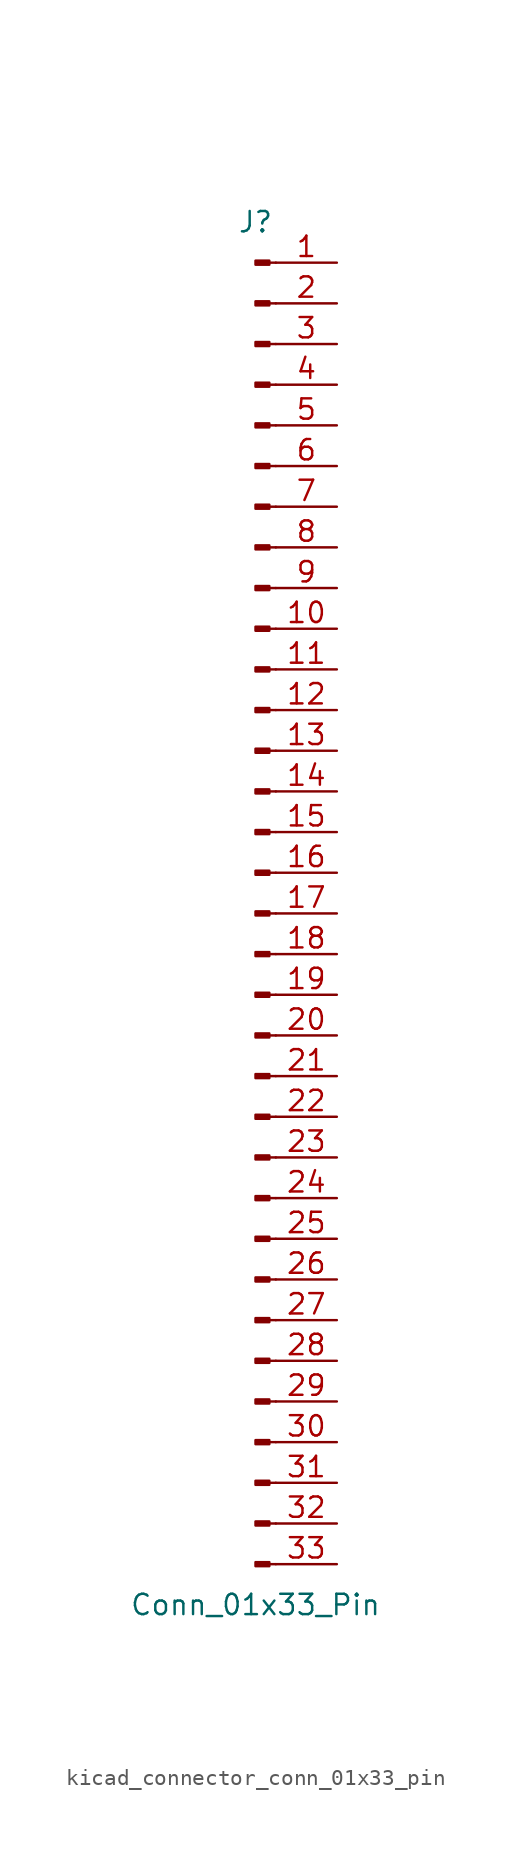
<source format=kicad_sym>
(kicad_symbol_lib
  (version 20220914)
  (generator kicad_symbol_editor)
  (symbol "kicad_connector_conn_01x33_pin"
    (pin_names
      (offset 1.016) hide)
    (property "Reference" "J"
      (at 0 43.18 0)
      (effects (font (size 1.27 1.27))))
    (property "Value" "Conn_01x33_Pin"
      (at 0 -43.18 0)
      (effects (font (size 1.27 1.27))))
    (property "ki_locked" ""
      (at 0 0 0)
      (effects (font (size 1.27 1.27))))
    (symbol "kicad_connector_conn_01x33_pin_1_1"
      (polyline (pts (xy 1.27 -40.64) (xy 0.864 -40.64)) (stroke (width 0.152) (type default)) (fill (type none)))
      (polyline (pts (xy 1.27 -38.1) (xy 0.864 -38.1)) (stroke (width 0.152) (type default)) (fill (type none)))
      (polyline (pts (xy 1.27 -35.56) (xy 0.864 -35.56)) (stroke (width 0.152) (type default)) (fill (type none)))
      (polyline (pts (xy 1.27 -33.02) (xy 0.864 -33.02)) (stroke (width 0.152) (type default)) (fill (type none)))
      (polyline (pts (xy 1.27 -30.48) (xy 0.864 -30.48)) (stroke (width 0.152) (type default)) (fill (type none)))
      (polyline (pts (xy 1.27 -27.94) (xy 0.864 -27.94)) (stroke (width 0.152) (type default)) (fill (type none)))
      (polyline (pts (xy 1.27 -25.4) (xy 0.864 -25.4)) (stroke (width 0.152) (type default)) (fill (type none)))
      (polyline (pts (xy 1.27 -22.86) (xy 0.864 -22.86)) (stroke (width 0.152) (type default)) (fill (type none)))
      (polyline (pts (xy 1.27 -20.32) (xy 0.864 -20.32)) (stroke (width 0.152) (type default)) (fill (type none)))
      (polyline (pts (xy 1.27 -17.78) (xy 0.864 -17.78)) (stroke (width 0.152) (type default)) (fill (type none)))
      (polyline (pts (xy 1.27 -15.24) (xy 0.864 -15.24)) (stroke (width 0.152) (type default)) (fill (type none)))
      (polyline (pts (xy 1.27 -12.7) (xy 0.864 -12.7)) (stroke (width 0.152) (type default)) (fill (type none)))
      (polyline (pts (xy 1.27 -10.16) (xy 0.864 -10.16)) (stroke (width 0.152) (type default)) (fill (type none)))
      (polyline (pts (xy 1.27 -7.62) (xy 0.864 -7.62)) (stroke (width 0.152) (type default)) (fill (type none)))
      (polyline (pts (xy 1.27 -5.08) (xy 0.864 -5.08)) (stroke (width 0.152) (type default)) (fill (type none)))
      (polyline (pts (xy 1.27 -2.54) (xy 0.864 -2.54)) (stroke (width 0.152) (type default)) (fill (type none)))
      (polyline (pts (xy 1.27 0) (xy 0.864 0)) (stroke (width 0.152) (type default)) (fill (type none)))
      (polyline (pts (xy 1.27 2.54) (xy 0.864 2.54)) (stroke (width 0.152) (type default)) (fill (type none)))
      (polyline (pts (xy 1.27 5.08) (xy 0.864 5.08)) (stroke (width 0.152) (type default)) (fill (type none)))
      (polyline (pts (xy 1.27 7.62) (xy 0.864 7.62)) (stroke (width 0.152) (type default)) (fill (type none)))
      (polyline (pts (xy 1.27 10.16) (xy 0.864 10.16)) (stroke (width 0.152) (type default)) (fill (type none)))
      (polyline (pts (xy 1.27 12.7) (xy 0.864 12.7)) (stroke (width 0.152) (type default)) (fill (type none)))
      (polyline (pts (xy 1.27 15.24) (xy 0.864 15.24)) (stroke (width 0.152) (type default)) (fill (type none)))
      (polyline (pts (xy 1.27 17.78) (xy 0.864 17.78)) (stroke (width 0.152) (type default)) (fill (type none)))
      (polyline (pts (xy 1.27 20.32) (xy 0.864 20.32)) (stroke (width 0.152) (type default)) (fill (type none)))
      (polyline (pts (xy 1.27 22.86) (xy 0.864 22.86)) (stroke (width 0.152) (type default)) (fill (type none)))
      (polyline (pts (xy 1.27 25.4) (xy 0.864 25.4)) (stroke (width 0.152) (type default)) (fill (type none)))
      (polyline (pts (xy 1.27 27.94) (xy 0.864 27.94)) (stroke (width 0.152) (type default)) (fill (type none)))
      (polyline (pts (xy 1.27 30.48) (xy 0.864 30.48)) (stroke (width 0.152) (type default)) (fill (type none)))
      (polyline (pts (xy 1.27 33.02) (xy 0.864 33.02)) (stroke (width 0.152) (type default)) (fill (type none)))
      (polyline (pts (xy 1.27 35.56) (xy 0.864 35.56)) (stroke (width 0.152) (type default)) (fill (type none)))
      (polyline (pts (xy 1.27 38.1) (xy 0.864 38.1)) (stroke (width 0.152) (type default)) (fill (type none)))
      (polyline (pts (xy 1.27 40.64) (xy 0.864 40.64)) (stroke (width 0.152) (type default)) (fill (type none)))
      (rectangle (start 0.864 -40.513) (end 0 -40.767) (stroke (width 0.152) (type default)) (fill (type outline)))
      (rectangle (start 0.864 -37.973) (end 0 -38.227) (stroke (width 0.152) (type default)) (fill (type outline)))
      (rectangle (start 0.864 -35.433) (end 0 -35.687) (stroke (width 0.152) (type default)) (fill (type outline)))
      (rectangle (start 0.864 -32.893) (end 0 -33.147) (stroke (width 0.152) (type default)) (fill (type outline)))
      (rectangle (start 0.864 -30.353) (end 0 -30.607) (stroke (width 0.152) (type default)) (fill (type outline)))
      (rectangle (start 0.864 -27.813) (end 0 -28.067) (stroke (width 0.152) (type default)) (fill (type outline)))
      (rectangle (start 0.864 -25.273) (end 0 -25.527) (stroke (width 0.152) (type default)) (fill (type outline)))
      (rectangle (start 0.864 -22.733) (end 0 -22.987) (stroke (width 0.152) (type default)) (fill (type outline)))
      (rectangle (start 0.864 -20.193) (end 0 -20.447) (stroke (width 0.152) (type default)) (fill (type outline)))
      (rectangle (start 0.864 -17.653) (end 0 -17.907) (stroke (width 0.152) (type default)) (fill (type outline)))
      (rectangle (start 0.864 -15.113) (end 0 -15.367) (stroke (width 0.152) (type default)) (fill (type outline)))
      (rectangle (start 0.864 -12.573) (end 0 -12.827) (stroke (width 0.152) (type default)) (fill (type outline)))
      (rectangle (start 0.864 -10.033) (end 0 -10.287) (stroke (width 0.152) (type default)) (fill (type outline)))
      (rectangle (start 0.864 -7.493) (end 0 -7.747) (stroke (width 0.152) (type default)) (fill (type outline)))
      (rectangle (start 0.864 -4.953) (end 0 -5.207) (stroke (width 0.152) (type default)) (fill (type outline)))
      (rectangle (start 0.864 -2.413) (end 0 -2.667) (stroke (width 0.152) (type default)) (fill (type outline)))
      (rectangle (start 0.864 0.127) (end 0 -0.127) (stroke (width 0.152) (type default)) (fill (type outline)))
      (rectangle (start 0.864 2.667) (end 0 2.413) (stroke (width 0.152) (type default)) (fill (type outline)))
      (rectangle (start 0.864 5.207) (end 0 4.953) (stroke (width 0.152) (type default)) (fill (type outline)))
      (rectangle (start 0.864 7.747) (end 0 7.493) (stroke (width 0.152) (type default)) (fill (type outline)))
      (rectangle (start 0.864 10.287) (end 0 10.033) (stroke (width 0.152) (type default)) (fill (type outline)))
      (rectangle (start 0.864 12.827) (end 0 12.573) (stroke (width 0.152) (type default)) (fill (type outline)))
      (rectangle (start 0.864 15.367) (end 0 15.113) (stroke (width 0.152) (type default)) (fill (type outline)))
      (rectangle (start 0.864 17.907) (end 0 17.653) (stroke (width 0.152) (type default)) (fill (type outline)))
      (rectangle (start 0.864 20.447) (end 0 20.193) (stroke (width 0.152) (type default)) (fill (type outline)))
      (rectangle (start 0.864 22.987) (end 0 22.733) (stroke (width 0.152) (type default)) (fill (type outline)))
      (rectangle (start 0.864 25.527) (end 0 25.273) (stroke (width 0.152) (type default)) (fill (type outline)))
      (rectangle (start 0.864 28.067) (end 0 27.813) (stroke (width 0.152) (type default)) (fill (type outline)))
      (rectangle (start 0.864 30.607) (end 0 30.353) (stroke (width 0.152) (type default)) (fill (type outline)))
      (rectangle (start 0.864 33.147) (end 0 32.893) (stroke (width 0.152) (type default)) (fill (type outline)))
      (rectangle (start 0.864 35.687) (end 0 35.433) (stroke (width 0.152) (type default)) (fill (type outline)))
      (rectangle (start 0.864 38.227) (end 0 37.973) (stroke (width 0.152) (type default)) (fill (type outline)))
      (rectangle (start 0.864 40.767) (end 0 40.513) (stroke (width 0.152) (type default)) (fill (type outline)))
      (pin passive line (at 5.08 40.64 180) (length 3.81) (name "Pin_1" (effects (font (size 1.27 1.27)))) (number "1" (effects (font (size 1.27 1.27)))))
      (pin passive line (at 5.08 17.78 180) (length 3.81) (name "Pin_10" (effects (font (size 1.27 1.27)))) (number "10" (effects (font (size 1.27 1.27)))))
      (pin passive line (at 5.08 15.24 180) (length 3.81) (name "Pin_11" (effects (font (size 1.27 1.27)))) (number "11" (effects (font (size 1.27 1.27)))))
      (pin passive line (at 5.08 12.7 180) (length 3.81) (name "Pin_12" (effects (font (size 1.27 1.27)))) (number "12" (effects (font (size 1.27 1.27)))))
      (pin passive line (at 5.08 10.16 180) (length 3.81) (name "Pin_13" (effects (font (size 1.27 1.27)))) (number "13" (effects (font (size 1.27 1.27)))))
      (pin passive line (at 5.08 7.62 180) (length 3.81) (name "Pin_14" (effects (font (size 1.27 1.27)))) (number "14" (effects (font (size 1.27 1.27)))))
      (pin passive line (at 5.08 5.08 180) (length 3.81) (name "Pin_15" (effects (font (size 1.27 1.27)))) (number "15" (effects (font (size 1.27 1.27)))))
      (pin passive line (at 5.08 2.54 180) (length 3.81) (name "Pin_16" (effects (font (size 1.27 1.27)))) (number "16" (effects (font (size 1.27 1.27)))))
      (pin passive line (at 5.08 0 180) (length 3.81) (name "Pin_17" (effects (font (size 1.27 1.27)))) (number "17" (effects (font (size 1.27 1.27)))))
      (pin passive line (at 5.08 -2.54 180) (length 3.81) (name "Pin_18" (effects (font (size 1.27 1.27)))) (number "18" (effects (font (size 1.27 1.27)))))
      (pin passive line (at 5.08 -5.08 180) (length 3.81) (name "Pin_19" (effects (font (size 1.27 1.27)))) (number "19" (effects (font (size 1.27 1.27)))))
      (pin passive line (at 5.08 38.1 180) (length 3.81) (name "Pin_2" (effects (font (size 1.27 1.27)))) (number "2" (effects (font (size 1.27 1.27)))))
      (pin passive line (at 5.08 -7.62 180) (length 3.81) (name "Pin_20" (effects (font (size 1.27 1.27)))) (number "20" (effects (font (size 1.27 1.27)))))
      (pin passive line (at 5.08 -10.16 180) (length 3.81) (name "Pin_21" (effects (font (size 1.27 1.27)))) (number "21" (effects (font (size 1.27 1.27)))))
      (pin passive line (at 5.08 -12.7 180) (length 3.81) (name "Pin_22" (effects (font (size 1.27 1.27)))) (number "22" (effects (font (size 1.27 1.27)))))
      (pin passive line (at 5.08 -15.24 180) (length 3.81) (name "Pin_23" (effects (font (size 1.27 1.27)))) (number "23" (effects (font (size 1.27 1.27)))))
      (pin passive line (at 5.08 -17.78 180) (length 3.81) (name "Pin_24" (effects (font (size 1.27 1.27)))) (number "24" (effects (font (size 1.27 1.27)))))
      (pin passive line (at 5.08 -20.32 180) (length 3.81) (name "Pin_25" (effects (font (size 1.27 1.27)))) (number "25" (effects (font (size 1.27 1.27)))))
      (pin passive line (at 5.08 -22.86 180) (length 3.81) (name "Pin_26" (effects (font (size 1.27 1.27)))) (number "26" (effects (font (size 1.27 1.27)))))
      (pin passive line (at 5.08 -25.4 180) (length 3.81) (name "Pin_27" (effects (font (size 1.27 1.27)))) (number "27" (effects (font (size 1.27 1.27)))))
      (pin passive line (at 5.08 -27.94 180) (length 3.81) (name "Pin_28" (effects (font (size 1.27 1.27)))) (number "28" (effects (font (size 1.27 1.27)))))
      (pin passive line (at 5.08 -30.48 180) (length 3.81) (name "Pin_29" (effects (font (size 1.27 1.27)))) (number "29" (effects (font (size 1.27 1.27)))))
      (pin passive line (at 5.08 35.56 180) (length 3.81) (name "Pin_3" (effects (font (size 1.27 1.27)))) (number "3" (effects (font (size 1.27 1.27)))))
      (pin passive line (at 5.08 -33.02 180) (length 3.81) (name "Pin_30" (effects (font (size 1.27 1.27)))) (number "30" (effects (font (size 1.27 1.27)))))
      (pin passive line (at 5.08 -35.56 180) (length 3.81) (name "Pin_31" (effects (font (size 1.27 1.27)))) (number "31" (effects (font (size 1.27 1.27)))))
      (pin passive line (at 5.08 -38.1 180) (length 3.81) (name "Pin_32" (effects (font (size 1.27 1.27)))) (number "32" (effects (font (size 1.27 1.27)))))
      (pin passive line (at 5.08 -40.64 180) (length 3.81) (name "Pin_33" (effects (font (size 1.27 1.27)))) (number "33" (effects (font (size 1.27 1.27)))))
      (pin passive line (at 5.08 33.02 180) (length 3.81) (name "Pin_4" (effects (font (size 1.27 1.27)))) (number "4" (effects (font (size 1.27 1.27)))))
      (pin passive line (at 5.08 30.48 180) (length 3.81) (name "Pin_5" (effects (font (size 1.27 1.27)))) (number "5" (effects (font (size 1.27 1.27)))))
      (pin passive line (at 5.08 27.94 180) (length 3.81) (name "Pin_6" (effects (font (size 1.27 1.27)))) (number "6" (effects (font (size 1.27 1.27)))))
      (pin passive line (at 5.08 25.4 180) (length 3.81) (name "Pin_7" (effects (font (size 1.27 1.27)))) (number "7" (effects (font (size 1.27 1.27)))))
      (pin passive line (at 5.08 22.86 180) (length 3.81) (name "Pin_8" (effects (font (size 1.27 1.27)))) (number "8" (effects (font (size 1.27 1.27)))))
      (pin passive line (at 5.08 20.32 180) (length 3.81) (name "Pin_9" (effects (font (size 1.27 1.27)))) (number "9" (effects (font (size 1.27 1.27))))))))
</source>
